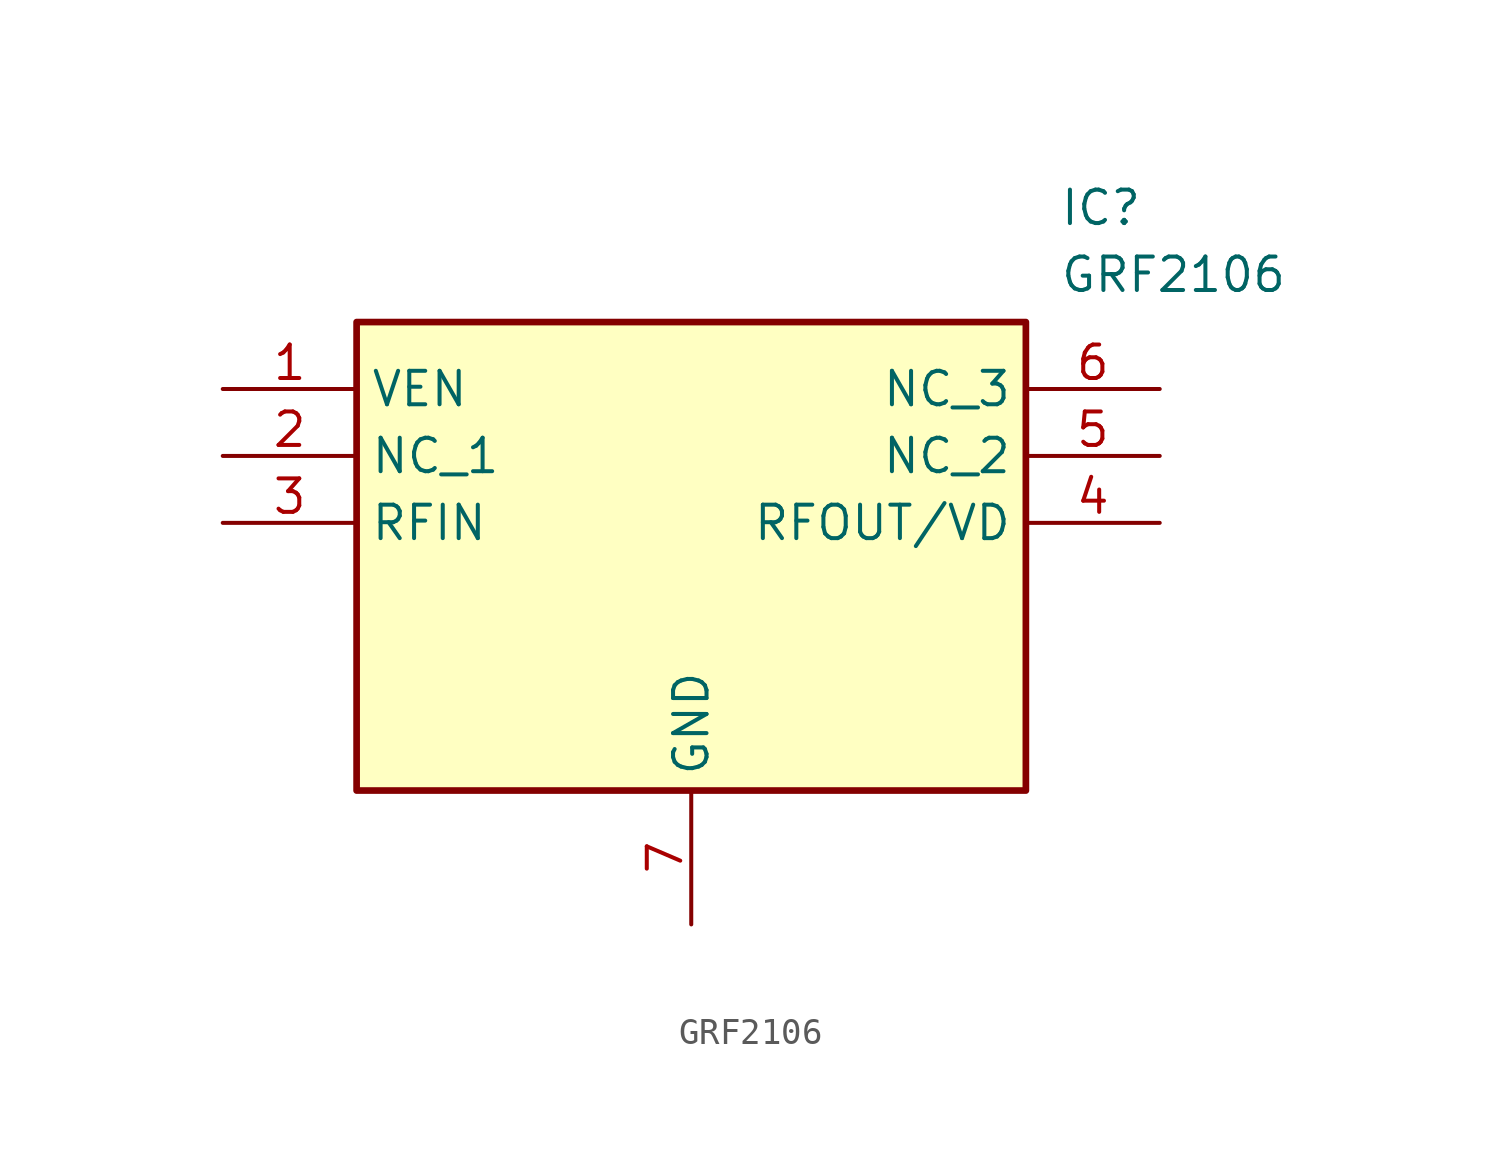
<source format=kicad_sym>
(kicad_symbol_lib
  (version 20241209)
  (generator "kicad_symbol_editor")
  (generator_version "9.0")
  (symbol "GRF2106"
    (property "Reference" "IC"
      (at 31.75 7.62 0)
      (effects (font (size 1.27 1.27)) (justify left top)))
    (property "Value" "GRF2106"
      (at 31.75 5.08 0)
      (effects (font (size 1.27 1.27)) (justify left top)))
    (symbol "GRF2106_1_1"
      (rectangle (start 5.08 2.54) (end 30.48 -15.24) (stroke (width 0.254) (type default)) (fill (type background)))
      (pin passive line (at 0 0 0) (length 5.08) (name "VEN" (effects (font (size 1.27 1.27)))) (number "1" (effects (font (size 1.27 1.27)))))
      (pin passive line (at 0 -2.54 0) (length 5.08) (name "NC_1" (effects (font (size 1.27 1.27)))) (number "2" (effects (font (size 1.27 1.27)))))
      (pin passive line (at 0 -5.08 0) (length 5.08) (name "RFIN" (effects (font (size 1.27 1.27)))) (number "3" (effects (font (size 1.27 1.27)))))
      (pin passive line (at 17.78 -20.32 90) (length 5.08) (name "GND" (effects (font (size 1.27 1.27)))) (number "7" (effects (font (size 1.27 1.27)))))
      (pin passive line (at 35.56 0 180) (length 5.08) (name "NC_3" (effects (font (size 1.27 1.27)))) (number "6" (effects (font (size 1.27 1.27)))))
      (pin passive line (at 35.56 -2.54 180) (length 5.08) (name "NC_2" (effects (font (size 1.27 1.27)))) (number "5" (effects (font (size 1.27 1.27)))))
      (pin passive line (at 35.56 -5.08 180) (length 5.08) (name "RFOUT/VD" (effects (font (size 1.27 1.27)))) (number "4" (effects (font (size 1.27 1.27))))))))
</source>
